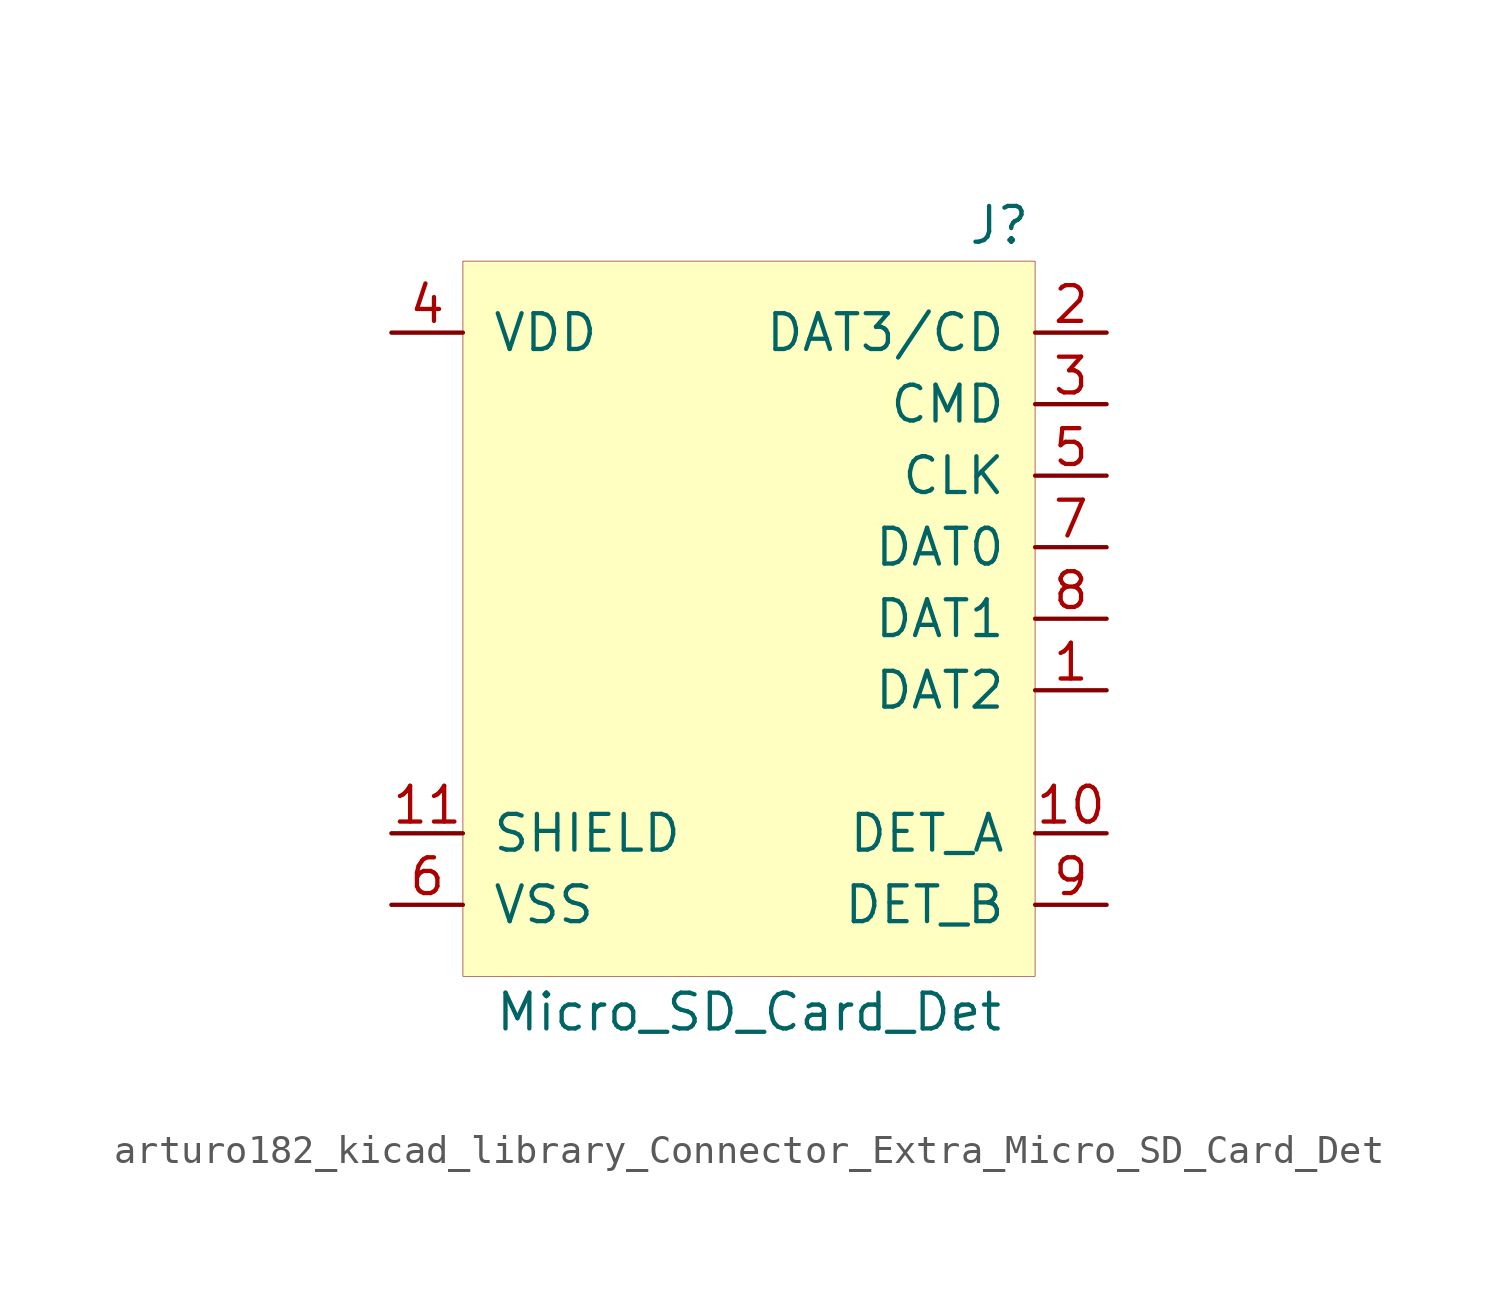
<source format=kicad_sym>
(kicad_symbol_lib
  (version 20220914)
  (generator kicad_symbol_editor)
  (symbol "Connector_Extra:arturo182_kicad_library_Connector_Extra_Micro_SD_Card_Det"
    (pin_names
      (offset 1.016))
    (property "Reference" "J"
      (at 8.89 13.97 0)
      (effects (font (size 1.27 1.27))))
    (property "Value" "Micro_SD_Card_Det"
      (at 0 -13.97 0)
      (effects (font (size 1.27 1.27))))
    (symbol "arturo182_kicad_library_Connector_Extra_Micro_SD_Card_Det_0_1"
      (rectangle (start -10.16 12.7) (end 10.16 -12.7) (stroke (width 0.001)) (fill (type background))))
    (symbol "arturo182_kicad_library_Connector_Extra_Micro_SD_Card_Det_1_1"
      (pin bidirectional line (at 12.7 -2.54 180) (length 2.54) (name "DAT2" (effects (font (size 1.27 1.27)))) (number "1" (effects (font (size 1.27 1.27)))))
      (pin passive line (at 12.7 -7.62 180) (length 2.54) (name "DET_A" (effects (font (size 1.27 1.27)))) (number "10" (effects (font (size 1.27 1.27)))))
      (pin passive line (at -12.7 -7.62 0) (length 2.54) (name "SHIELD" (effects (font (size 1.27 1.27)))) (number "11" (effects (font (size 1.27 1.27)))))
      (pin bidirectional line (at 12.7 10.16 180) (length 2.54) (name "DAT3/CD" (effects (font (size 1.27 1.27)))) (number "2" (effects (font (size 1.27 1.27)))))
      (pin input line (at 12.7 7.62 180) (length 2.54) (name "CMD" (effects (font (size 1.27 1.27)))) (number "3" (effects (font (size 1.27 1.27)))))
      (pin power_in line (at -12.7 10.16 0) (length 2.54) (name "VDD" (effects (font (size 1.27 1.27)))) (number "4" (effects (font (size 1.27 1.27)))))
      (pin input line (at 12.7 5.08 180) (length 2.54) (name "CLK" (effects (font (size 1.27 1.27)))) (number "5" (effects (font (size 1.27 1.27)))))
      (pin power_in line (at -12.7 -10.16 0) (length 2.54) (name "VSS" (effects (font (size 1.27 1.27)))) (number "6" (effects (font (size 1.27 1.27)))))
      (pin bidirectional line (at 12.7 2.54 180) (length 2.54) (name "DAT0" (effects (font (size 1.27 1.27)))) (number "7" (effects (font (size 1.27 1.27)))))
      (pin bidirectional line (at 12.7 0 180) (length 2.54) (name "DAT1" (effects (font (size 1.27 1.27)))) (number "8" (effects (font (size 1.27 1.27)))))
      (pin passive line (at 12.7 -10.16 180) (length 2.54) (name "DET_B" (effects (font (size 1.27 1.27)))) (number "9" (effects (font (size 1.27 1.27))))))))
</source>
